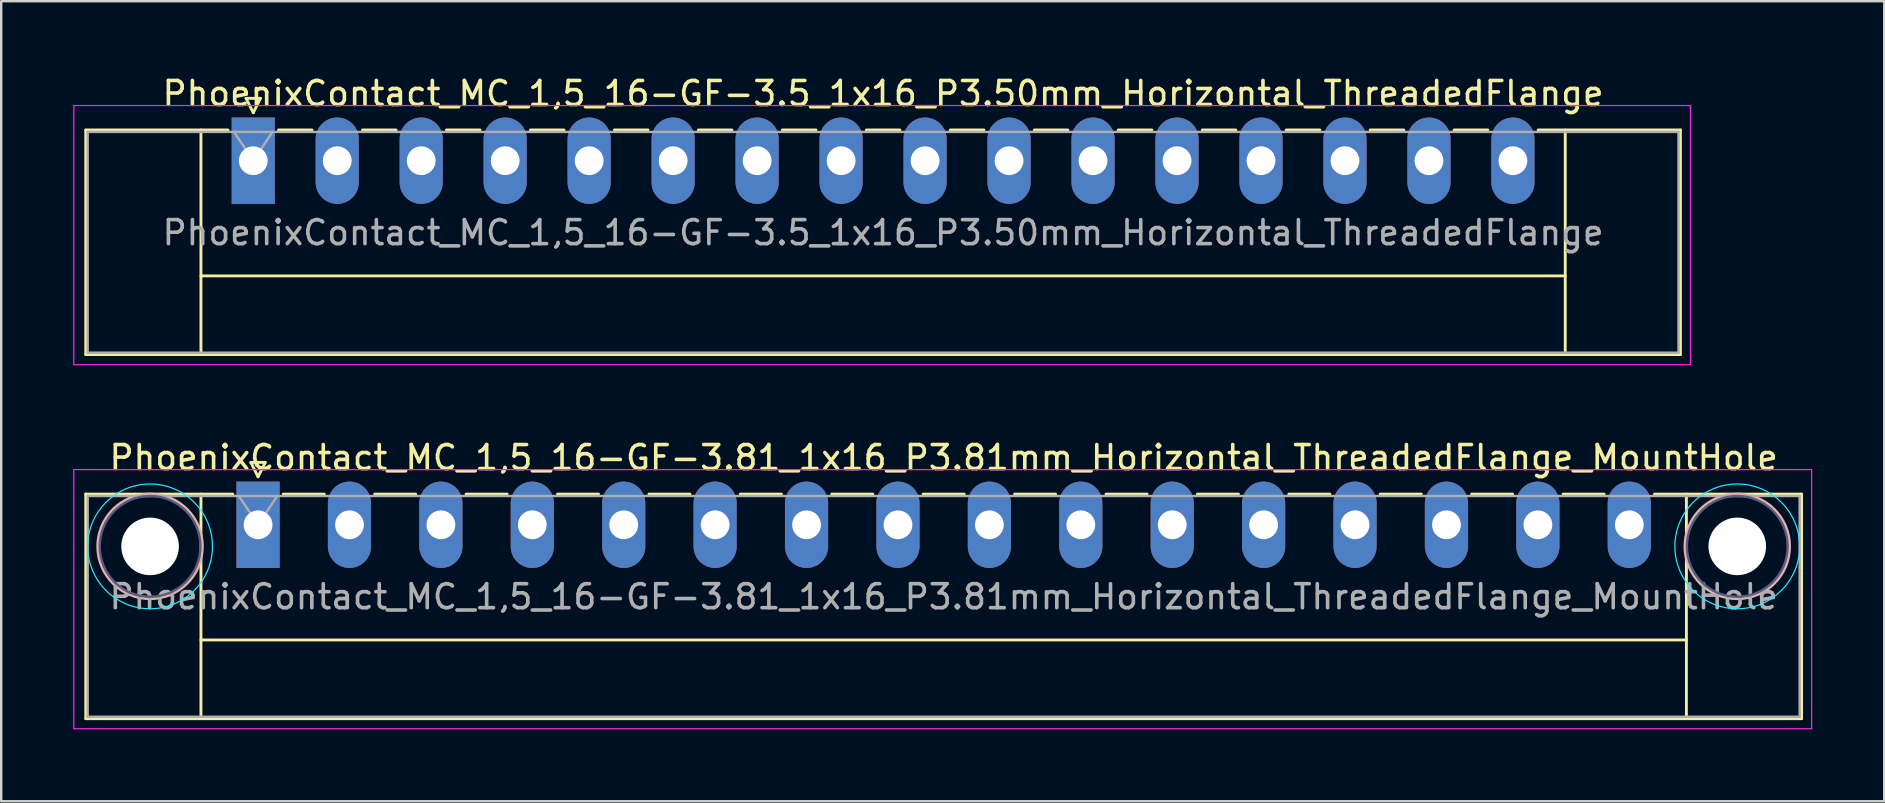
<source format=kicad_pcb>
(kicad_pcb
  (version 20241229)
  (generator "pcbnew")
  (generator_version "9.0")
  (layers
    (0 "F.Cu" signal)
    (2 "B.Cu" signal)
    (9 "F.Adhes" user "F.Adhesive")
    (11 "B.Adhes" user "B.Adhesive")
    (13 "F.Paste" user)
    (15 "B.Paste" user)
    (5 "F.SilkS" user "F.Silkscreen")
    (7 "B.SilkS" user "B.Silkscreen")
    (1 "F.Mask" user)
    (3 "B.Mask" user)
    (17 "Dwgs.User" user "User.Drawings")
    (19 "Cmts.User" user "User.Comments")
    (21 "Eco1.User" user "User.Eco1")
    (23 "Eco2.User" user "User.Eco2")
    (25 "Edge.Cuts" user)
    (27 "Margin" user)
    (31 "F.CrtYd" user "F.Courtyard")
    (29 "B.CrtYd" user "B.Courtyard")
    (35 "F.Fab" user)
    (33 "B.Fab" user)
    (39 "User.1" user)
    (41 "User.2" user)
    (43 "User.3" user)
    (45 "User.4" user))
  (footprint "PhoenixContact_MC_1,5_16-GF-3.5_1x16_P3.50mm_Horizontal_ThreadedFlange"
    (layer "F.Cu")
    (at 7.505 3.648)
    (property "Reference" "PhoenixContact_MC_1,5_16-GF-3.5_1x16_P3.50mm_Horizontal_ThreadedFlange" (at 26.25 -2.8 0) (layer "F.SilkS") (effects (font (size 1 1) (thickness 0.15))))
    (attr through_hole)
    (fp_line (start -6.98 -1.28) (end -6.98 8.08) (stroke (width 0.12) (type solid)) (layer "F.SilkS"))
    (fp_line (start -6.98 -1.28) (end -1.05 -1.28) (stroke (width 0.12) (type solid)) (layer "F.SilkS"))
    (fp_line (start -6.98 8.08) (end 59.48 8.08) (stroke (width 0.12) (type solid)) (layer "F.SilkS"))
    (fp_line (start -2.18 -1.28) (end -2.18 8.08) (stroke (width 0.12) (type solid)) (layer "F.SilkS"))
    (fp_line (start -2.18 4.8) (end 54.68 4.8) (stroke (width 0.12) (type solid)) (layer "F.SilkS"))
    (fp_line (start -0.3 -2.6) (end 0.3 -2.6) (stroke (width 0.12) (type solid)) (layer "F.SilkS"))
    (fp_line (start 0 -2) (end -0.3 -2.6) (stroke (width 0.12) (type solid)) (layer "F.SilkS"))
    (fp_line (start 0.3 -2.6) (end 0 -2) (stroke (width 0.12) (type solid)) (layer "F.SilkS"))
    (fp_line (start 1.05 -1.28) (end 2.45 -1.28) (stroke (width 0.12) (type solid)) (layer "F.SilkS"))
    (fp_line (start 4.55 -1.28) (end 5.95 -1.28) (stroke (width 0.12) (type solid)) (layer "F.SilkS"))
    (fp_line (start 8.05 -1.28) (end 9.45 -1.28) (stroke (width 0.12) (type solid)) (layer "F.SilkS"))
    (fp_line (start 11.55 -1.28) (end 12.95 -1.28) (stroke (width 0.12) (type solid)) (layer "F.SilkS"))
    (fp_line (start 15.05 -1.28) (end 16.45 -1.28) (stroke (width 0.12) (type solid)) (layer "F.SilkS"))
    (fp_line (start 18.55 -1.28) (end 19.95 -1.28) (stroke (width 0.12) (type solid)) (layer "F.SilkS"))
    (fp_line (start 22.05 -1.28) (end 23.45 -1.28) (stroke (width 0.12) (type solid)) (layer "F.SilkS"))
    (fp_line (start 25.55 -1.28) (end 26.95 -1.28) (stroke (width 0.12) (type solid)) (layer "F.SilkS"))
    (fp_line (start 29.05 -1.28) (end 30.45 -1.28) (stroke (width 0.12) (type solid)) (layer "F.SilkS"))
    (fp_line (start 32.55 -1.28) (end 33.95 -1.28) (stroke (width 0.12) (type solid)) (layer "F.SilkS"))
    (fp_line (start 36.05 -1.28) (end 37.45 -1.28) (stroke (width 0.12) (type solid)) (layer "F.SilkS"))
    (fp_line (start 39.55 -1.28) (end 40.95 -1.28) (stroke (width 0.12) (type solid)) (layer "F.SilkS"))
    (fp_line (start 43.05 -1.28) (end 44.45 -1.28) (stroke (width 0.12) (type solid)) (layer "F.SilkS"))
    (fp_line (start 46.55 -1.28) (end 47.95 -1.28) (stroke (width 0.12) (type solid)) (layer "F.SilkS"))
    (fp_line (start 50.05 -1.28) (end 51.45 -1.28) (stroke (width 0.12) (type solid)) (layer "F.SilkS"))
    (fp_line (start 54.68 -1.28) (end 54.68 8.08) (stroke (width 0.12) (type solid)) (layer "F.SilkS"))
    (fp_line (start 59.48 -1.28) (end 53.55 -1.28) (stroke (width 0.12) (type solid)) (layer "F.SilkS"))
    (fp_line (start 59.48 8.08) (end 59.48 -1.28) (stroke (width 0.12) (type solid)) (layer "F.SilkS"))
    (fp_line (start -7.48 -2.3) (end -7.48 8.5) (stroke (width 0.05) (type solid)) (layer "F.CrtYd"))
    (fp_line (start -7.48 8.5) (end 59.9 8.5) (stroke (width 0.05) (type solid)) (layer "F.CrtYd"))
    (fp_line (start 59.9 -2.3) (end -7.48 -2.3) (stroke (width 0.05) (type solid)) (layer "F.CrtYd"))
    (fp_line (start 59.9 8.5) (end 59.9 -2.3) (stroke (width 0.05) (type solid)) (layer "F.CrtYd"))
    (fp_line (start -6.9 -1.2) (end -6.9 8) (stroke (width 0.1) (type solid)) (layer "F.Fab"))
    (fp_line (start -6.9 8) (end 59.4 8) (stroke (width 0.1) (type solid)) (layer "F.Fab"))
    (fp_line (start 0 0) (end -0.8 -1.2) (stroke (width 0.1) (type solid)) (layer "F.Fab"))
    (fp_line (start 0.8 -1.2) (end 0 0) (stroke (width 0.1) (type solid)) (layer "F.Fab"))
    (fp_line (start 59.4 -1.2) (end -6.9 -1.2) (stroke (width 0.1) (type solid)) (layer "F.Fab"))
    (fp_line (start 59.4 8) (end 59.4 -1.2) (stroke (width 0.1) (type solid)) (layer "F.Fab"))
    (fp_text user "${REFERENCE}" (at 26.25 3 0) (layer "F.Fab") (effects (font (size 1 1) (thickness 0.15))))
    (pad "1" thru_hole rect (at 0 0) (size 1.8 3.6) (drill 1.2) (layers "*.Cu" "*.Mask"))
    (pad "2" thru_hole oval (at 3.5 0) (size 1.8 3.6) (drill 1.2) (layers "*.Cu" "*.Mask"))
    (pad "3" thru_hole oval (at 7 0) (size 1.8 3.6) (drill 1.2) (layers "*.Cu" "*.Mask"))
    (pad "4" thru_hole oval (at 10.5 0) (size 1.8 3.6) (drill 1.2) (layers "*.Cu" "*.Mask"))
    (pad "5" thru_hole oval (at 14 0) (size 1.8 3.6) (drill 1.2) (layers "*.Cu" "*.Mask"))
    (pad "6" thru_hole oval (at 17.5 0) (size 1.8 3.6) (drill 1.2) (layers "*.Cu" "*.Mask"))
    (pad "7" thru_hole oval (at 21 0) (size 1.8 3.6) (drill 1.2) (layers "*.Cu" "*.Mask"))
    (pad "8" thru_hole oval (at 24.5 0) (size 1.8 3.6) (drill 1.2) (layers "*.Cu" "*.Mask"))
    (pad "9" thru_hole oval (at 28 0) (size 1.8 3.6) (drill 1.2) (layers "*.Cu" "*.Mask"))
    (pad "10" thru_hole oval (at 31.5 0) (size 1.8 3.6) (drill 1.2) (layers "*.Cu" "*.Mask"))
    (pad "11" thru_hole oval (at 35 0) (size 1.8 3.6) (drill 1.2) (layers "*.Cu" "*.Mask"))
    (pad "12" thru_hole oval (at 38.5 0) (size 1.8 3.6) (drill 1.2) (layers "*.Cu" "*.Mask"))
    (pad "13" thru_hole oval (at 42 0) (size 1.8 3.6) (drill 1.2) (layers "*.Cu" "*.Mask"))
    (pad "14" thru_hole oval (at 45.5 0) (size 1.8 3.6) (drill 1.2) (layers "*.Cu" "*.Mask"))
    (pad "15" thru_hole oval (at 49 0) (size 1.8 3.6) (drill 1.2) (layers "*.Cu" "*.Mask"))
    (pad "16" thru_hole oval (at 52.5 0) (size 1.8 3.6) (drill 1.2) (layers "*.Cu" "*.Mask")))
  (footprint "PhoenixContact_MC_1,5_16-GF-3.81_1x16_P3.81mm_Horizontal_ThreadedFlange_MountHole"
    (layer "F.Cu")
    (at 7.705 18.822)
    (property "Reference" "PhoenixContact_MC_1,5_16-GF-3.81_1x16_P3.81mm_Horizontal_ThreadedFlange_MountHole" (at 28.575 -2.8 0) (layer "F.SilkS") (effects (font (size 1 1) (thickness 0.15))))
    (attr through_hole)
    (fp_line (start -7.18 -1.28) (end -7.18 8.08) (stroke (width 0.12) (type solid)) (layer "F.SilkS"))
    (fp_line (start -7.18 -1.28) (end -1.05 -1.28) (stroke (width 0.12) (type solid)) (layer "F.SilkS"))
    (fp_line (start -7.18 8.08) (end 64.33 8.08) (stroke (width 0.12) (type solid)) (layer "F.SilkS"))
    (fp_line (start -2.38 -1.28) (end -2.38 8.08) (stroke (width 0.12) (type solid)) (layer "F.SilkS"))
    (fp_line (start -2.38 4.8) (end 59.53 4.8) (stroke (width 0.12) (type solid)) (layer "F.SilkS"))
    (fp_line (start -0.3 -2.6) (end 0.3 -2.6) (stroke (width 0.12) (type solid)) (layer "F.SilkS"))
    (fp_line (start 0 -2) (end -0.3 -2.6) (stroke (width 0.12) (type solid)) (layer "F.SilkS"))
    (fp_line (start 0.3 -2.6) (end 0 -2) (stroke (width 0.12) (type solid)) (layer "F.SilkS"))
    (fp_line (start 1.05 -1.28) (end 2.76 -1.28) (stroke (width 0.12) (type solid)) (layer "F.SilkS"))
    (fp_line (start 4.86 -1.28) (end 6.57 -1.28) (stroke (width 0.12) (type solid)) (layer "F.SilkS"))
    (fp_line (start 8.67 -1.28) (end 10.38 -1.28) (stroke (width 0.12) (type solid)) (layer "F.SilkS"))
    (fp_line (start 12.48 -1.28) (end 14.19 -1.28) (stroke (width 0.12) (type solid)) (layer "F.SilkS"))
    (fp_line (start 16.29 -1.28) (end 18 -1.28) (stroke (width 0.12) (type solid)) (layer "F.SilkS"))
    (fp_line (start 20.1 -1.28) (end 21.81 -1.28) (stroke (width 0.12) (type solid)) (layer "F.SilkS"))
    (fp_line (start 23.91 -1.28) (end 25.62 -1.28) (stroke (width 0.12) (type solid)) (layer "F.SilkS"))
    (fp_line (start 27.72 -1.28) (end 29.43 -1.28) (stroke (width 0.12) (type solid)) (layer "F.SilkS"))
    (fp_line (start 31.53 -1.28) (end 33.24 -1.28) (stroke (width 0.12) (type solid)) (layer "F.SilkS"))
    (fp_line (start 35.34 -1.28) (end 37.05 -1.28) (stroke (width 0.12) (type solid)) (layer "F.SilkS"))
    (fp_line (start 39.15 -1.28) (end 40.86 -1.28) (stroke (width 0.12) (type solid)) (layer "F.SilkS"))
    (fp_line (start 42.96 -1.28) (end 44.67 -1.28) (stroke (width 0.12) (type solid)) (layer "F.SilkS"))
    (fp_line (start 46.77 -1.28) (end 48.48 -1.28) (stroke (width 0.12) (type solid)) (layer "F.SilkS"))
    (fp_line (start 50.58 -1.28) (end 52.29 -1.28) (stroke (width 0.12) (type solid)) (layer "F.SilkS"))
    (fp_line (start 54.39 -1.28) (end 56.1 -1.28) (stroke (width 0.12) (type solid)) (layer "F.SilkS"))
    (fp_line (start 59.53 -1.28) (end 59.53 8.08) (stroke (width 0.12) (type solid)) (layer "F.SilkS"))
    (fp_line (start 64.33 -1.28) (end 58.2 -1.28) (stroke (width 0.12) (type solid)) (layer "F.SilkS"))
    (fp_line (start 64.33 8.08) (end 64.33 -1.28) (stroke (width 0.12) (type solid)) (layer "F.SilkS"))
    (fp_circle (center -4.5 0.9) (end -2.32 0.9) (stroke (width 0.12) (type solid)) (fill no) (layer "B.SilkS"))
    (fp_circle (center 61.65 0.9) (end 63.83 0.9) (stroke (width 0.12) (type solid)) (fill no) (layer "B.SilkS"))
    (fp_circle (center -4.5 0.9) (end -1.9 0.9) (stroke (width 0.05) (type solid)) (fill no) (layer "B.CrtYd"))
    (fp_circle (center 61.65 0.9) (end 64.25 0.9) (stroke (width 0.05) (type solid)) (fill no) (layer "B.CrtYd"))
    (fp_line (start -7.68 -2.3) (end -7.68 8.5) (stroke (width 0.05) (type solid)) (layer "F.CrtYd"))
    (fp_line (start -7.68 8.5) (end 64.75 8.5) (stroke (width 0.05) (type solid)) (layer "F.CrtYd"))
    (fp_line (start 64.75 -2.3) (end -7.68 -2.3) (stroke (width 0.05) (type solid)) (layer "F.CrtYd"))
    (fp_line (start 64.75 8.5) (end 64.75 -2.3) (stroke (width 0.05) (type solid)) (layer "F.CrtYd"))
    (fp_circle (center -4.5 0.9) (end -2.4 0.9) (stroke (width 0.1) (type solid)) (fill no) (layer "B.Fab"))
    (fp_circle (center 61.65 0.9) (end 63.75 0.9) (stroke (width 0.1) (type solid)) (fill no) (layer "B.Fab"))
    (fp_line (start -7.1 -1.2) (end -7.1 8) (stroke (width 0.1) (type solid)) (layer "F.Fab"))
    (fp_line (start -7.1 8) (end 64.25 8) (stroke (width 0.1) (type solid)) (layer "F.Fab"))
    (fp_line (start 0 0) (end -0.8 -1.2) (stroke (width 0.1) (type solid)) (layer "F.Fab"))
    (fp_line (start 0.8 -1.2) (end 0 0) (stroke (width 0.1) (type solid)) (layer "F.Fab"))
    (fp_line (start 64.25 -1.2) (end -7.1 -1.2) (stroke (width 0.1) (type solid)) (layer "F.Fab"))
    (fp_line (start 64.25 8) (end 64.25 -1.2) (stroke (width 0.1) (type solid)) (layer "F.Fab"))
    (fp_text user "${REFERENCE}" (at 28.575 3 0) (layer "F.Fab") (effects (font (size 1 1) (thickness 0.15))))
    (pad "" np_thru_hole circle (at -4.5 0.9) (size 2.4 2.4) (drill 2.4) (layers "*.Cu" "*.Mask"))
    (pad "" np_thru_hole circle (at 61.65 0.9) (size 2.4 2.4) (drill 2.4) (layers "*.Cu" "*.Mask"))
    (pad "1" thru_hole rect (at 0 0) (size 1.8 3.6) (drill 1.2) (layers "*.Cu" "*.Mask"))
    (pad "2" thru_hole oval (at 3.81 0) (size 1.8 3.6) (drill 1.2) (layers "*.Cu" "*.Mask"))
    (pad "3" thru_hole oval (at 7.62 0) (size 1.8 3.6) (drill 1.2) (layers "*.Cu" "*.Mask"))
    (pad "4" thru_hole oval (at 11.43 0) (size 1.8 3.6) (drill 1.2) (layers "*.Cu" "*.Mask"))
    (pad "5" thru_hole oval (at 15.24 0) (size 1.8 3.6) (drill 1.2) (layers "*.Cu" "*.Mask"))
    (pad "6" thru_hole oval (at 19.05 0) (size 1.8 3.6) (drill 1.2) (layers "*.Cu" "*.Mask"))
    (pad "7" thru_hole oval (at 22.86 0) (size 1.8 3.6) (drill 1.2) (layers "*.Cu" "*.Mask"))
    (pad "8" thru_hole oval (at 26.67 0) (size 1.8 3.6) (drill 1.2) (layers "*.Cu" "*.Mask"))
    (pad "9" thru_hole oval (at 30.48 0) (size 1.8 3.6) (drill 1.2) (layers "*.Cu" "*.Mask"))
    (pad "10" thru_hole oval (at 34.29 0) (size 1.8 3.6) (drill 1.2) (layers "*.Cu" "*.Mask"))
    (pad "11" thru_hole oval (at 38.1 0) (size 1.8 3.6) (drill 1.2) (layers "*.Cu" "*.Mask"))
    (pad "12" thru_hole oval (at 41.91 0) (size 1.8 3.6) (drill 1.2) (layers "*.Cu" "*.Mask"))
    (pad "13" thru_hole oval (at 45.72 0) (size 1.8 3.6) (drill 1.2) (layers "*.Cu" "*.Mask"))
    (pad "14" thru_hole oval (at 49.53 0) (size 1.8 3.6) (drill 1.2) (layers "*.Cu" "*.Mask"))
    (pad "15" thru_hole oval (at 53.34 0) (size 1.8 3.6) (drill 1.2) (layers "*.Cu" "*.Mask"))
    (pad "16" thru_hole oval (at 57.15 0) (size 1.8 3.6) (drill 1.2) (layers "*.Cu" "*.Mask")))
  (gr_rect
    (start -3 -3)
    (end 75.48 30.346)
    (stroke (width 0.1) (type default))
    (fill no)
    (layer "Edge.Cuts")))
</source>
